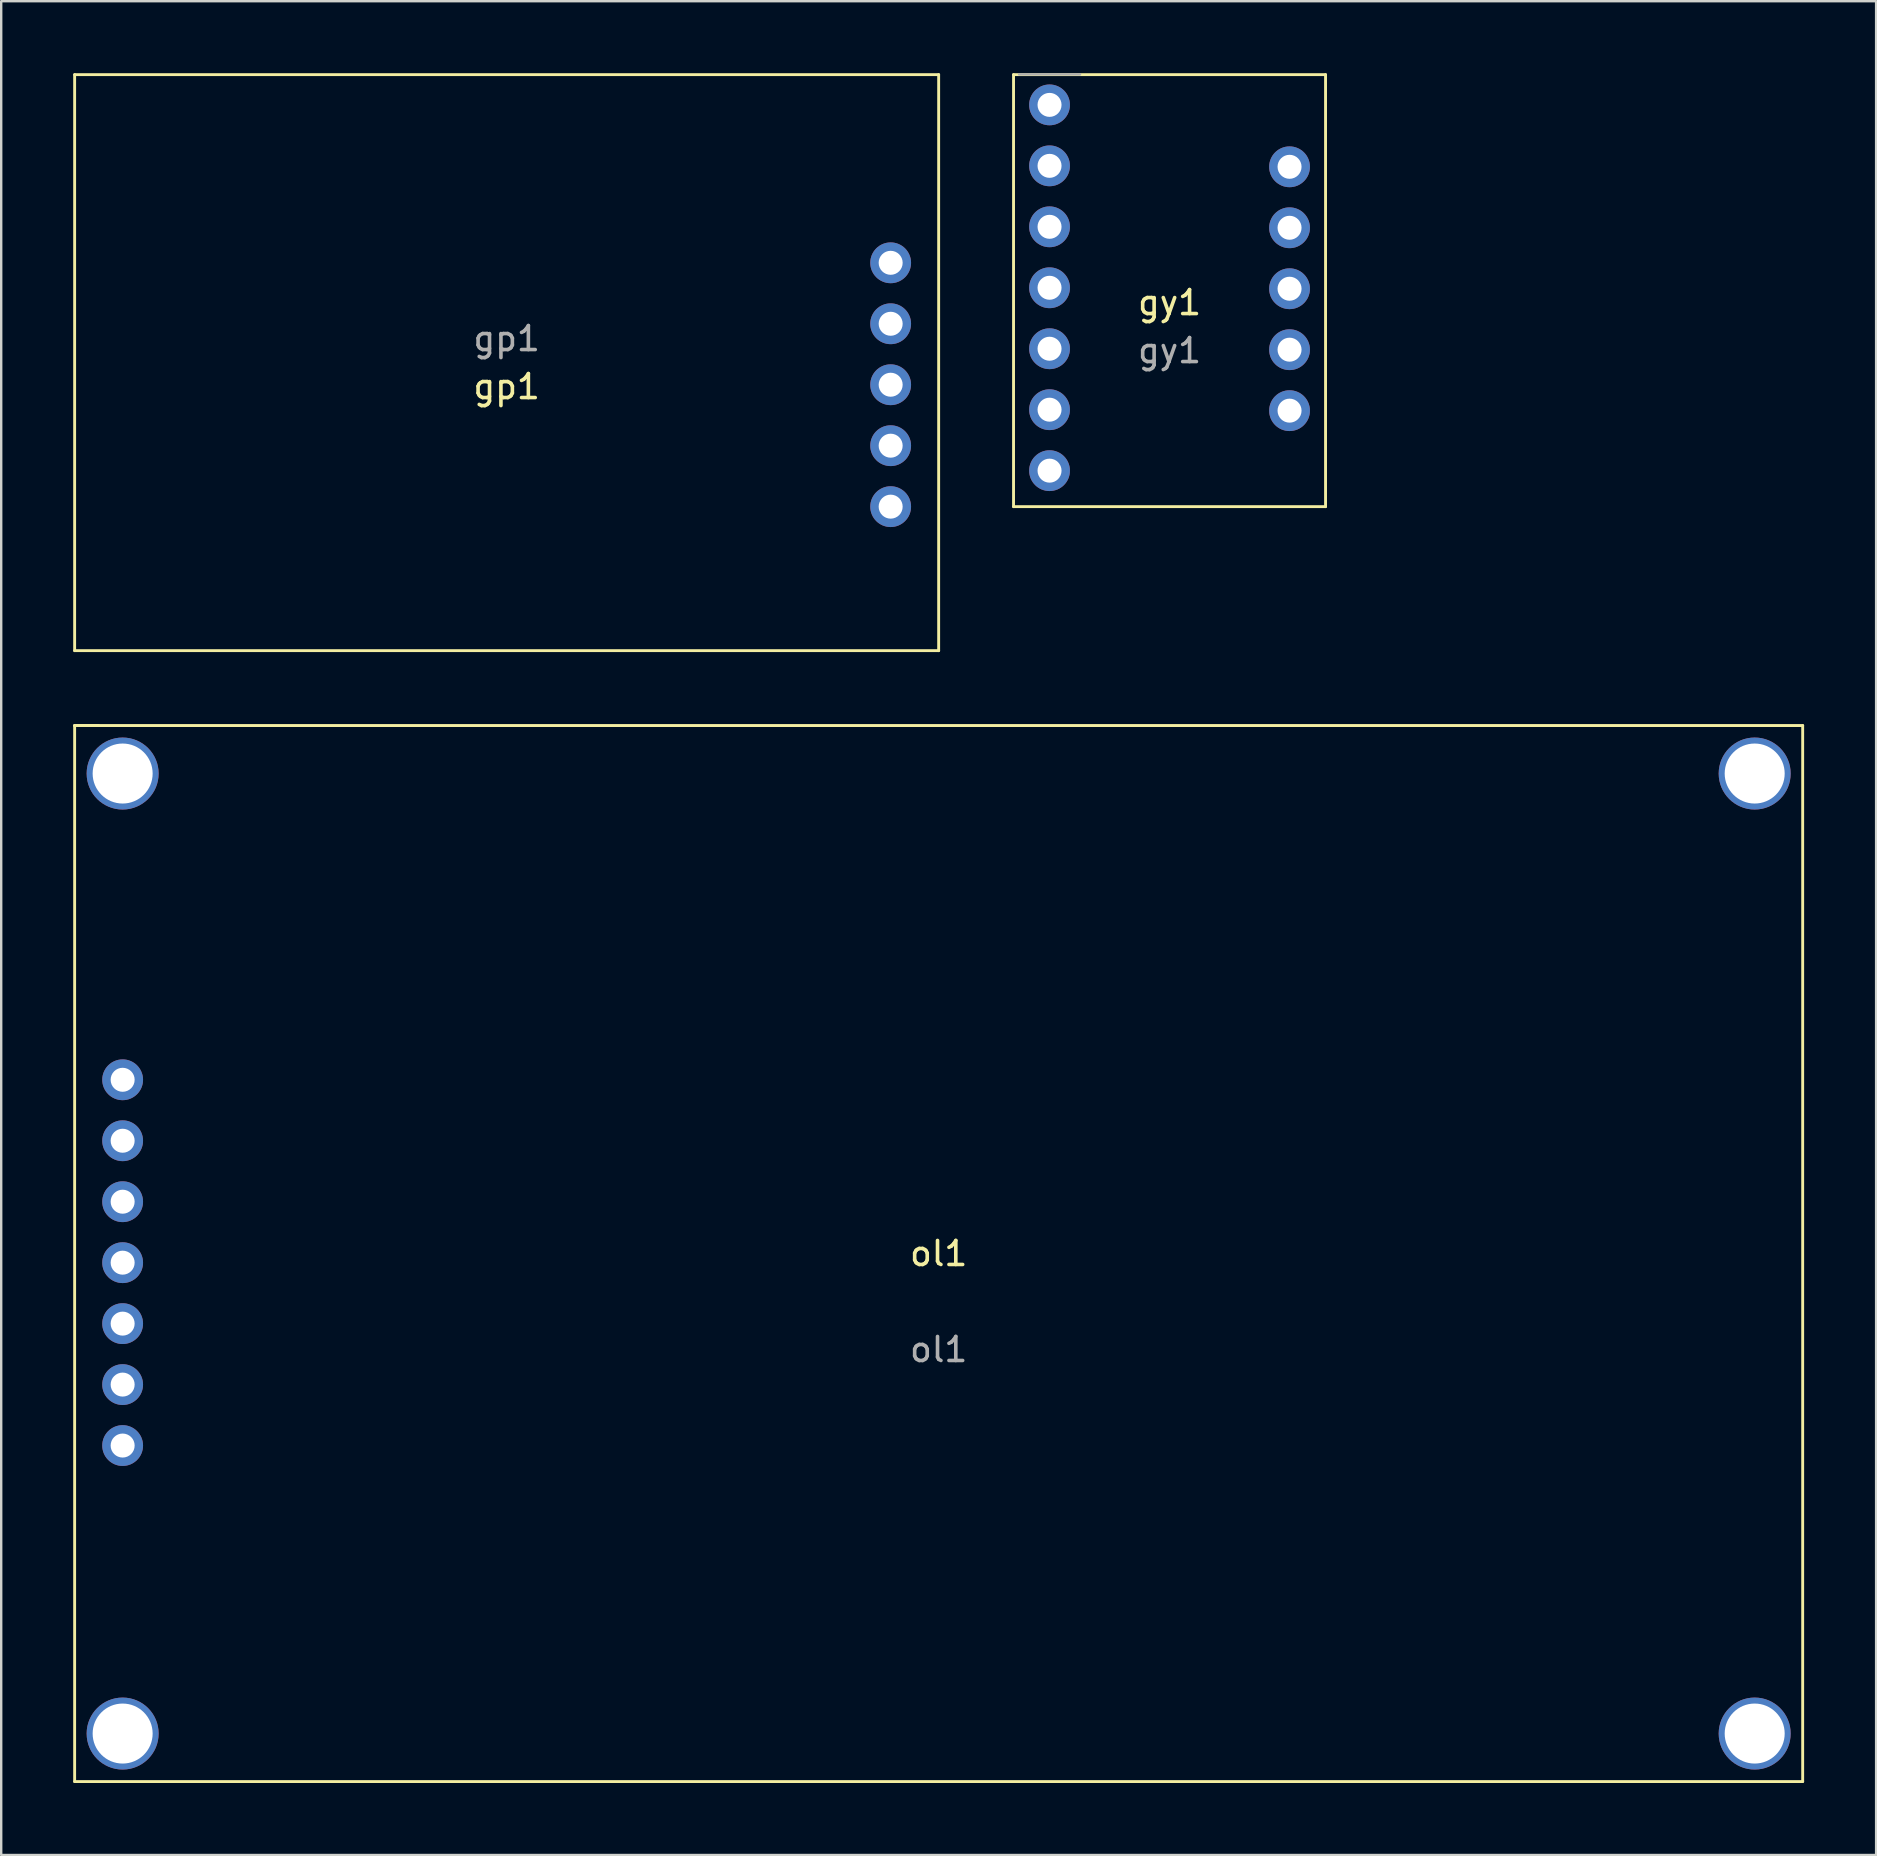
<source format=kicad_pcb>
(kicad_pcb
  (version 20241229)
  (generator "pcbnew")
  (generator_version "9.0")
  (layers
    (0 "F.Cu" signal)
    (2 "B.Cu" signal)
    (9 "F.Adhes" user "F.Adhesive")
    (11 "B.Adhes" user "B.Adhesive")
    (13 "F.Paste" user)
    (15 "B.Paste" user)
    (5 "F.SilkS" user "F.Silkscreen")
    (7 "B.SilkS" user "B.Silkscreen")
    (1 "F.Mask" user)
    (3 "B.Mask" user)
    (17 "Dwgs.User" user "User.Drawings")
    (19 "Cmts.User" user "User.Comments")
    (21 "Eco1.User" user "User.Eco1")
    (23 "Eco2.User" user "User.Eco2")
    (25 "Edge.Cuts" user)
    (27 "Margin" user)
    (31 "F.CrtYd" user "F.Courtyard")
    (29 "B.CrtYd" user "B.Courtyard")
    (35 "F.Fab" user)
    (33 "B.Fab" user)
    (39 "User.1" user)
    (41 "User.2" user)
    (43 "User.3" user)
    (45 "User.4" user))
  (footprint "ol1"
    (layer "F.Cu")
    (at 36.06 49.18)
    (property "Reference" "ol1" (at 0 0 180) (layer "F.SilkS") (effects (font (size 1 1) (thickness 0.15))))
    (attr through_hole)
    (fp_line (start -36 -22) (end -36 22) (stroke (width 0.12) (type solid)) (layer "F.SilkS"))
    (fp_line (start -36 -22) (end -35 -22) (stroke (width 0.12) (type solid)) (layer "F.SilkS"))
    (fp_line (start -36 22) (end 36 22) (stroke (width 0.12) (type solid)) (layer "F.SilkS"))
    (fp_line (start 36 -22) (end -36 -22) (stroke (width 0.12) (type solid)) (layer "F.SilkS"))
    (fp_line (start 36 22) (end 36 -22) (stroke (width 0.12) (type solid)) (layer "F.SilkS"))
    (fp_text user "${REFERENCE}" (at 0 4 0) (layer "F.Fab") (effects (font (size 1 1) (thickness 0.15))))
    (pad "1" thru_hole circle (at -34 8 180) (size 1.7 1.7) (drill 1) (layers "*.Cu" "*.Mask"))
    (pad "2" thru_hole oval (at -34 5.46 180) (size 1.7 1.7) (drill 1) (layers "*.Cu" "*.Mask"))
    (pad "3" thru_hole oval (at -34 2.92 180) (size 1.7 1.7) (drill 1) (layers "*.Cu" "*.Mask"))
    (pad "4" thru_hole oval (at -34 0.38 180) (size 1.7 1.7) (drill 1) (layers "*.Cu" "*.Mask"))
    (pad "5" thru_hole oval (at -34 -2.16 180) (size 1.7 1.7) (drill 1) (layers "*.Cu" "*.Mask"))
    (pad "6" thru_hole oval (at -34 -4.7 180) (size 1.7 1.7) (drill 1) (layers "*.Cu" "*.Mask"))
    (pad "7" thru_hole oval (at -34 -7.24 180) (size 1.7 1.7) (drill 1) (layers "*.Cu" "*.Mask"))
    (pad "8" thru_hole circle (at -34 -20) (size 3 3) (drill 2.5) (layers "*.Cu" "*.Mask"))
    (pad "8" thru_hole circle (at -34 20) (size 3 3) (drill 2.5) (layers "*.Cu" "*.Mask"))
    (pad "8" thru_hole circle (at 34 -20) (size 3 3) (drill 2.5) (layers "*.Cu" "*.Mask"))
    (pad "8" thru_hole circle (at 34 20) (size 3 3) (drill 2.5) (layers "*.Cu" "*.Mask")))
  (footprint "gy1"
    (layer "F.Cu")
    (at 45.68 9.06)
    (property "Reference" "gy1" (at 0 0.5 180) (layer "F.SilkS") (effects (font (size 1 1) (thickness 0.15))))
    (attr through_hole)
    (fp_line (start -6.5 -9) (end -6.5 9) (stroke (width 0.12) (type solid)) (layer "F.SilkS"))
    (fp_line (start -6.5 9) (end 6.5 9) (stroke (width 0.12) (type solid)) (layer "F.SilkS"))
    (fp_line (start 6.5 -9) (end -6.5 -9) (stroke (width 0.12) (type solid)) (layer "F.SilkS"))
    (fp_line (start 6.5 9) (end 6.5 -9) (stroke (width 0.12) (type solid)) (layer "F.SilkS"))
    (fp_line (start -6.27 -9.01) (end -3.73 -9.01) (stroke (width 0.1) (type solid)) (layer "F.Fab"))
    (fp_text user "${REFERENCE}" (at 0 2.5 0) (layer "F.Fab") (effects (font (size 1 1) (thickness 0.15))))
    (pad "1" thru_hole circle (at -5 7.5 180) (size 1.7 1.7) (drill 1) (layers "*.Cu" "*.Mask"))
    (pad "2" thru_hole oval (at -5 4.96 180) (size 1.7 1.7) (drill 1) (layers "*.Cu" "*.Mask"))
    (pad "3" thru_hole oval (at -5 2.42 180) (size 1.7 1.7) (drill 1) (layers "*.Cu" "*.Mask"))
    (pad "4" thru_hole oval (at -5 -0.12 180) (size 1.7 1.7) (drill 1) (layers "*.Cu" "*.Mask"))
    (pad "5" thru_hole oval (at -5 -2.66 180) (size 1.7 1.7) (drill 1) (layers "*.Cu" "*.Mask"))
    (pad "6" thru_hole oval (at -5 -5.2 180) (size 1.7 1.7) (drill 1) (layers "*.Cu" "*.Mask"))
    (pad "7" thru_hole oval (at -5 -7.74 180) (size 1.7 1.7) (drill 1) (layers "*.Cu" "*.Mask"))
    (pad "8" thru_hole circle (at 5 5 180) (size 1.7 1.7) (drill 1) (layers "*.Cu" "*.Mask"))
    (pad "9" thru_hole oval (at 5 2.46 180) (size 1.7 1.7) (drill 1) (layers "*.Cu" "*.Mask"))
    (pad "10" thru_hole oval (at 5 -0.08 180) (size 1.7 1.7) (drill 1) (layers "*.Cu" "*.Mask"))
    (pad "11" thru_hole oval (at 5 -2.62 180) (size 1.7 1.7) (drill 1) (layers "*.Cu" "*.Mask"))
    (pad "12" thru_hole oval (at 5 -5.16 180) (size 1.7 1.7) (drill 1) (layers "*.Cu" "*.Mask")))
  (footprint "gp1"
    (layer "F.Cu")
    (at 18.06 12.06)
    (property "Reference" "gp1" (at 0 1 180) (layer "F.SilkS") (effects (font (size 1 1) (thickness 0.15))))
    (attr through_hole)
    (fp_line (start -18 -12) (end -18 12) (stroke (width 0.12) (type solid)) (layer "F.SilkS"))
    (fp_line (start -18 12) (end 18 12) (stroke (width 0.12) (type solid)) (layer "F.SilkS"))
    (fp_line (start 18 -12) (end -18 -12) (stroke (width 0.12) (type solid)) (layer "F.SilkS"))
    (fp_line (start 18 12) (end 18 -12) (stroke (width 0.12) (type solid)) (layer "F.SilkS"))
    (fp_text user "${REFERENCE}" (at 0 -1 0) (layer "F.Fab") (effects (font (size 1 1) (thickness 0.15))))
    (pad "1" thru_hole circle (at 16 6 180) (size 1.7 1.7) (drill 1) (layers "*.Cu" "*.Mask"))
    (pad "2" thru_hole oval (at 16 3.46 180) (size 1.7 1.7) (drill 1) (layers "*.Cu" "*.Mask"))
    (pad "3" thru_hole oval (at 16 0.92 180) (size 1.7 1.7) (drill 1) (layers "*.Cu" "*.Mask"))
    (pad "4" thru_hole oval (at 16 -1.62 180) (size 1.7 1.7) (drill 1) (layers "*.Cu" "*.Mask"))
    (pad "5" thru_hole oval (at 16 -4.16 180) (size 1.7 1.7) (drill 1) (layers "*.Cu" "*.Mask")))
  (gr_rect
    (start -3 -3)
    (end 75.12 74.24)
    (stroke (width 0.1) (type default))
    (fill no)
    (layer "Edge.Cuts")))
</source>
